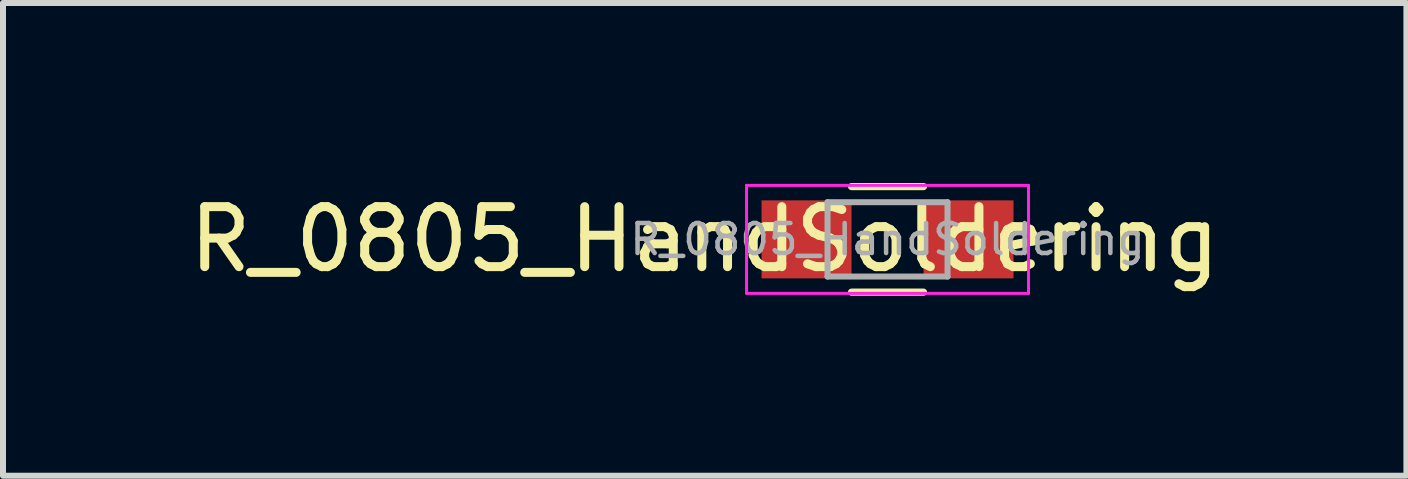
<source format=kicad_pcb>
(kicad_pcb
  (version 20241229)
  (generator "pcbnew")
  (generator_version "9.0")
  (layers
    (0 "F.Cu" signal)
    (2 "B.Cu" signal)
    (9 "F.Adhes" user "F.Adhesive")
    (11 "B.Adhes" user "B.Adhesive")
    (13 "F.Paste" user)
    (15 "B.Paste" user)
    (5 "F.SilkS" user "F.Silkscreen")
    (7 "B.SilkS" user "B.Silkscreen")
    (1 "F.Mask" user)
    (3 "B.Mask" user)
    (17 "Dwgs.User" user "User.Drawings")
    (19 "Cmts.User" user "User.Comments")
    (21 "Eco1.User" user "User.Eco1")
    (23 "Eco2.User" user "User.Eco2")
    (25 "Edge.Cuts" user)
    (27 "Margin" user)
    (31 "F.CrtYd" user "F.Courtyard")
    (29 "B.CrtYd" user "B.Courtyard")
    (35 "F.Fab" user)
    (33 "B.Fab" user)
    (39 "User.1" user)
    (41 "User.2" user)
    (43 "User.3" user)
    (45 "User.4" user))
  (footprint "R_0805_HandSoldering"
    (layer "F.Cu")
    (at 11.744 0.94)
    (property "Reference" "R_0805_HandSoldering" (at -3.048 0 0) (layer "F.SilkS") (effects (font (size 1 1) (thickness 0.15))))
    (attr smd)
    (fp_line (start -0.6 -0.88) (end 0.6 -0.88) (stroke (width 0.12) (type solid)) (layer "F.SilkS"))
    (fp_line (start 0.6 0.88) (end -0.6 0.88) (stroke (width 0.12) (type solid)) (layer "F.SilkS"))
    (fp_line (start -2.35 -0.9) (end -2.35 0.9) (stroke (width 0.05) (type solid)) (layer "F.CrtYd"))
    (fp_line (start -2.35 -0.9) (end 2.35 -0.9) (stroke (width 0.05) (type solid)) (layer "F.CrtYd"))
    (fp_line (start 2.35 0.9) (end -2.35 0.9) (stroke (width 0.05) (type solid)) (layer "F.CrtYd"))
    (fp_line (start 2.35 0.9) (end 2.35 -0.9) (stroke (width 0.05) (type solid)) (layer "F.CrtYd"))
    (fp_line (start -1 -0.62) (end 1 -0.62) (stroke (width 0.1) (type solid)) (layer "F.Fab"))
    (fp_line (start -1 0.62) (end -1 -0.62) (stroke (width 0.1) (type solid)) (layer "F.Fab"))
    (fp_line (start 1 -0.62) (end 1 0.62) (stroke (width 0.1) (type solid)) (layer "F.Fab"))
    (fp_line (start 1 0.62) (end -1 0.62) (stroke (width 0.1) (type solid)) (layer "F.Fab"))
    (fp_text user "${REFERENCE}" (at 0 0 0) (layer "F.Fab") (effects (font (size 0.5 0.5) (thickness 0.075))))
    (pad "1" smd rect (at -1.35 0) (size 1.5 1.3) (layers "F.Cu" "F.Mask" "F.Paste"))
    (pad "2" smd rect (at 1.35 0) (size 1.5 1.3) (layers "F.Cu" "F.Mask" "F.Paste")))
  (gr_rect
    (start -3 -3)
    (end 20.393 4.88)
    (stroke (width 0.1) (type default))
    (fill no)
    (layer "Edge.Cuts")))
</source>
